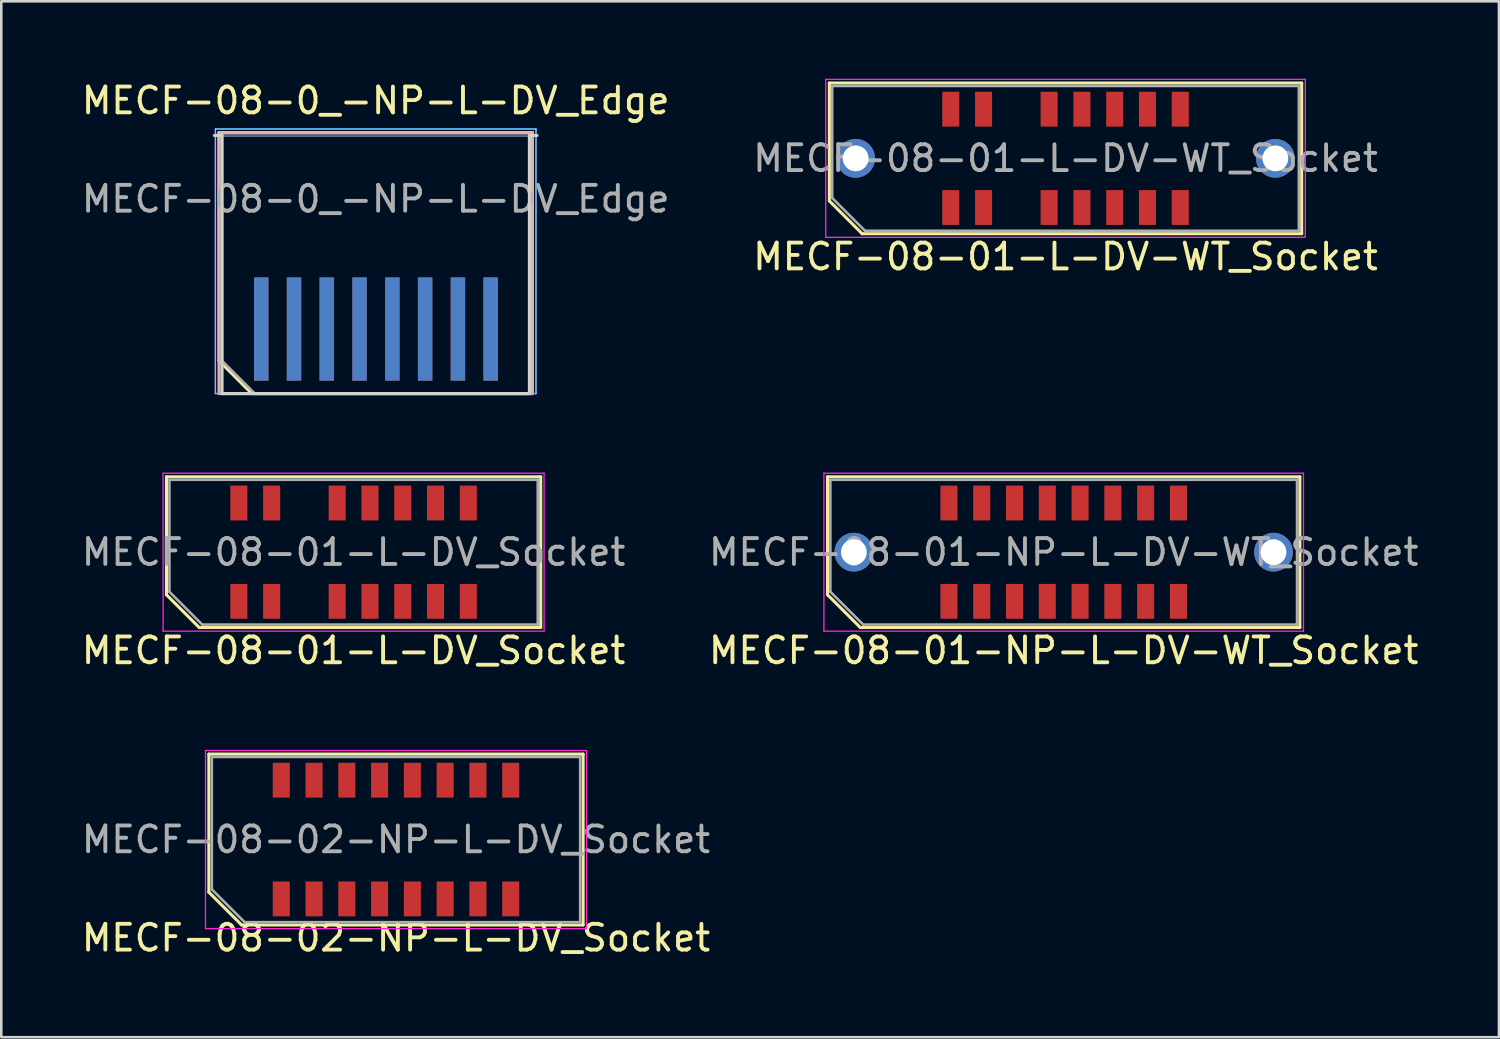
<source format=kicad_pcb>
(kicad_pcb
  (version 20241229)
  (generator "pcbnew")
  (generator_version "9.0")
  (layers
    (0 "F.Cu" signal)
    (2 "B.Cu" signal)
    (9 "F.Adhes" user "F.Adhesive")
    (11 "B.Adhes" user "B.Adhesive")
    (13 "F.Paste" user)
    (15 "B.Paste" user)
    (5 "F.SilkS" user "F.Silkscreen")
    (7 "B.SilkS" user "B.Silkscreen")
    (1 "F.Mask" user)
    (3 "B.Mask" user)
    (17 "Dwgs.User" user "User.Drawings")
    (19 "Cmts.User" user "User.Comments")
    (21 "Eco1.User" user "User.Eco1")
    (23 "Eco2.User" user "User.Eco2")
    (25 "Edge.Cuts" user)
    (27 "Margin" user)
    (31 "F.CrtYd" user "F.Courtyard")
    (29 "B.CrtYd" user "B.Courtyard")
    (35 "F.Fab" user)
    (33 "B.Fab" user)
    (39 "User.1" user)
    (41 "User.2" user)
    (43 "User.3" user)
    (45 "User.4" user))
  (footprint "MECF-08-01-L-DV-WT_Socket"
    (layer "F.Cu")
    (at 38.232 3.085)
    (property "Reference" "MECF-08-01-L-DV-WT_Socket" (at 0 3.81 0) (layer "F.SilkS") (effects (font (size 1 1) (thickness 0.15))))
    (attr smd)
    (fp_line (start -9.15 -2.92) (end 9.15 -2.92) (stroke (width 0.12) (type solid)) (layer "F.SilkS"))
    (fp_line (start -9.15 1.65) (end -9.15 -2.92) (stroke (width 0.12) (type solid)) (layer "F.SilkS"))
    (fp_line (start -7.88 2.92) (end -9.15 1.65) (stroke (width 0.12) (type solid)) (layer "F.SilkS"))
    (fp_line (start -7.88 2.92) (end 9.15 2.92) (stroke (width 0.12) (type solid)) (layer "F.SilkS"))
    (fp_line (start 9.15 2.92) (end 9.15 -2.92) (stroke (width 0.12) (type solid)) (layer "F.SilkS"))
    (fp_line (start -9.29 -3.06) (end -9.29 3.06) (stroke (width 0.05) (type solid)) (layer "F.CrtYd"))
    (fp_line (start -9.29 3.06) (end 9.29 3.06) (stroke (width 0.05) (type solid)) (layer "F.CrtYd"))
    (fp_line (start 9.29 -3.06) (end -9.29 -3.06) (stroke (width 0.05) (type solid)) (layer "F.CrtYd"))
    (fp_line (start 9.29 3.06) (end 9.29 -3.06) (stroke (width 0.05) (type solid)) (layer "F.CrtYd"))
    (fp_line (start -9.04 -2.805) (end 9.04 -2.805) (stroke (width 0.1) (type solid)) (layer "F.Fab"))
    (fp_line (start -9.04 1.535) (end -9.04 -2.805) (stroke (width 0.1) (type solid)) (layer "F.Fab"))
    (fp_line (start -9.04 1.535) (end -7.77 2.805) (stroke (width 0.1) (type solid)) (layer "F.Fab"))
    (fp_line (start -7.77 2.805) (end 9.04 2.805) (stroke (width 0.1) (type solid)) (layer "F.Fab"))
    (fp_line (start 9.04 2.805) (end 9.04 -2.805) (stroke (width 0.1) (type solid)) (layer "F.Fab"))
    (fp_text user "${REFERENCE}" (at 0 0 0) (layer "F.Fab") (effects (font (size 1 1) (thickness 0.15))))
    (pad "" thru_hole circle (at -8.13 0) (size 1.5 1.5) (drill 1) (layers "*.Cu" "*.Mask"))
    (pad "" np_thru_hole circle (at -6.225 0) (size 0.001 0.001) (drill 1.45) (layers "*.Cu" "*.Mask"))
    (pad "" np_thru_hole circle (at 6.225 1) (size 0.001 0.001) (drill 1.45) (layers "*.Cu" "*.Mask"))
    (pad "" thru_hole circle (at 8.13 0) (size 1.5 1.5) (drill 1) (layers "*.Cu" "*.Mask"))
    (pad "1" smd rect (at -4.445 1.905) (size 0.66 1.35) (layers "F.Cu" "F.Mask" "F.Paste"))
    (pad "2" smd rect (at -4.445 -1.905) (size 0.66 1.35) (layers "F.Cu" "F.Mask" "F.Paste"))
    (pad "3" smd rect (at -3.175 1.905) (size 0.66 1.35) (layers "F.Cu" "F.Mask" "F.Paste"))
    (pad "4" smd rect (at -3.175 -1.905) (size 0.66 1.35) (layers "F.Cu" "F.Mask" "F.Paste"))
    (pad "7" smd rect (at -0.635 1.905) (size 0.66 1.35) (layers "F.Cu" "F.Mask" "F.Paste"))
    (pad "8" smd rect (at -0.635 -1.905) (size 0.66 1.35) (layers "F.Cu" "F.Mask" "F.Paste"))
    (pad "9" smd rect (at 0.635 1.905) (size 0.66 1.35) (layers "F.Cu" "F.Mask" "F.Paste"))
    (pad "10" smd rect (at 0.635 -1.905) (size 0.66 1.35) (layers "F.Cu" "F.Mask" "F.Paste"))
    (pad "11" smd rect (at 1.905 1.905) (size 0.66 1.35) (layers "F.Cu" "F.Mask" "F.Paste"))
    (pad "12" smd rect (at 1.905 -1.905) (size 0.66 1.35) (layers "F.Cu" "F.Mask" "F.Paste"))
    (pad "13" smd rect (at 3.175 1.905) (size 0.66 1.35) (layers "F.Cu" "F.Mask" "F.Paste"))
    (pad "14" smd rect (at 3.175 -1.905) (size 0.66 1.35) (layers "F.Cu" "F.Mask" "F.Paste"))
    (pad "15" smd rect (at 4.445 1.905) (size 0.66 1.35) (layers "F.Cu" "F.Mask" "F.Paste"))
    (pad "16" smd rect (at 4.445 -1.905) (size 0.66 1.35) (layers "F.Cu" "F.Mask" "F.Paste")))
  (footprint "MECF-08-02-NP-L-DV_Socket"
    (layer "F.Cu")
    (at 12.292 29.477)
    (property "Reference" "MECF-08-02-NP-L-DV_Socket" (at 0 3.81 0) (layer "F.SilkS") (effects (font (size 1 1) (thickness 0.15))))
    (attr smd)
    (fp_line (start -7.25 -3.31) (end 7.25 -3.31) (stroke (width 0.12) (type solid)) (layer "F.SilkS"))
    (fp_line (start -7.25 2.04) (end -7.25 -3.31) (stroke (width 0.12) (type solid)) (layer "F.SilkS"))
    (fp_line (start -5.98 3.31) (end -7.25 2.04) (stroke (width 0.12) (type solid)) (layer "F.SilkS"))
    (fp_line (start -5.98 3.31) (end 7.25 3.31) (stroke (width 0.12) (type solid)) (layer "F.SilkS"))
    (fp_line (start 7.25 3.31) (end 7.25 -3.31) (stroke (width 0.12) (type solid)) (layer "F.SilkS"))
    (fp_line (start -7.38 -3.45) (end -7.38 3.45) (stroke (width 0.05) (type solid)) (layer "F.CrtYd"))
    (fp_line (start -7.38 3.45) (end 7.38 3.45) (stroke (width 0.05) (type solid)) (layer "F.CrtYd"))
    (fp_line (start 7.38 -3.45) (end -7.38 -3.45) (stroke (width 0.05) (type solid)) (layer "F.CrtYd"))
    (fp_line (start 7.38 3.45) (end 7.38 -3.45) (stroke (width 0.05) (type solid)) (layer "F.CrtYd"))
    (fp_line (start -7.135 -3.2) (end 7.135 -3.2) (stroke (width 0.1) (type solid)) (layer "F.Fab"))
    (fp_line (start -7.135 1.93) (end -7.135 -3.2) (stroke (width 0.1) (type solid)) (layer "F.Fab"))
    (fp_line (start -7.135 1.93) (end -5.865 3.2) (stroke (width 0.1) (type solid)) (layer "F.Fab"))
    (fp_line (start -5.865 3.2) (end 7.135 3.2) (stroke (width 0.1) (type solid)) (layer "F.Fab"))
    (fp_line (start 7.135 3.2) (end 7.135 -3.2) (stroke (width 0.1) (type solid)) (layer "F.Fab"))
    (fp_text user "${REFERENCE}" (at 0 0 0) (layer "F.Fab") (effects (font (size 1 1) (thickness 0.15))))
    (pad "" np_thru_hole circle (at -6.225 0) (size 0.001 0.001) (drill 1.45) (layers "*.Cu" "*.Mask"))
    (pad "" np_thru_hole circle (at 6.225 1) (size 0.001 0.001) (drill 1.45) (layers "*.Cu" "*.Mask"))
    (pad "1" smd rect (at -4.445 2.3) (size 0.66 1.35) (layers "F.Cu" "F.Mask" "F.Paste"))
    (pad "2" smd rect (at -4.445 -2.3) (size 0.66 1.35) (layers "F.Cu" "F.Mask" "F.Paste"))
    (pad "3" smd rect (at -3.175 2.3) (size 0.66 1.35) (layers "F.Cu" "F.Mask" "F.Paste"))
    (pad "4" smd rect (at -3.175 -2.3) (size 0.66 1.35) (layers "F.Cu" "F.Mask" "F.Paste"))
    (pad "5" smd rect (at -1.905 2.3) (size 0.66 1.35) (layers "F.Cu" "F.Mask" "F.Paste"))
    (pad "6" smd rect (at -1.905 -2.3) (size 0.66 1.35) (layers "F.Cu" "F.Mask" "F.Paste"))
    (pad "7" smd rect (at -0.635 2.3) (size 0.66 1.35) (layers "F.Cu" "F.Mask" "F.Paste"))
    (pad "8" smd rect (at -0.635 -2.3) (size 0.66 1.35) (layers "F.Cu" "F.Mask" "F.Paste"))
    (pad "9" smd rect (at 0.635 2.3) (size 0.66 1.35) (layers "F.Cu" "F.Mask" "F.Paste"))
    (pad "10" smd rect (at 0.635 -2.3) (size 0.66 1.35) (layers "F.Cu" "F.Mask" "F.Paste"))
    (pad "11" smd rect (at 1.905 2.3) (size 0.66 1.35) (layers "F.Cu" "F.Mask" "F.Paste"))
    (pad "12" smd rect (at 1.905 -2.3) (size 0.66 1.35) (layers "F.Cu" "F.Mask" "F.Paste"))
    (pad "13" smd rect (at 3.175 2.3) (size 0.66 1.35) (layers "F.Cu" "F.Mask" "F.Paste"))
    (pad "14" smd rect (at 3.175 -2.3) (size 0.66 1.35) (layers "F.Cu" "F.Mask" "F.Paste"))
    (pad "15" smd rect (at 4.445 2.3) (size 0.66 1.35) (layers "F.Cu" "F.Mask" "F.Paste"))
    (pad "16" smd rect (at 4.445 -2.3) (size 0.66 1.35) (layers "F.Cu" "F.Mask" "F.Paste")))
  (footprint "MECF-08-01-NP-L-DV-WT_Socket"
    (layer "F.Cu")
    (at 38.161 18.343)
    (property "Reference" "MECF-08-01-NP-L-DV-WT_Socket" (at 0 3.81 0) (layer "F.SilkS") (effects (font (size 1 1) (thickness 0.15))))
    (attr smd)
    (fp_line (start -9.15 -2.92) (end 9.15 -2.92) (stroke (width 0.12) (type solid)) (layer "F.SilkS"))
    (fp_line (start -9.15 1.65) (end -9.15 -2.92) (stroke (width 0.12) (type solid)) (layer "F.SilkS"))
    (fp_line (start -7.88 2.92) (end -9.15 1.65) (stroke (width 0.12) (type solid)) (layer "F.SilkS"))
    (fp_line (start -7.88 2.92) (end 9.15 2.92) (stroke (width 0.12) (type solid)) (layer "F.SilkS"))
    (fp_line (start 9.15 2.92) (end 9.15 -2.92) (stroke (width 0.12) (type solid)) (layer "F.SilkS"))
    (fp_line (start -9.29 -3.06) (end -9.29 3.06) (stroke (width 0.05) (type solid)) (layer "F.CrtYd"))
    (fp_line (start -9.29 3.06) (end 9.29 3.06) (stroke (width 0.05) (type solid)) (layer "F.CrtYd"))
    (fp_line (start 9.29 -3.06) (end -9.29 -3.06) (stroke (width 0.05) (type solid)) (layer "F.CrtYd"))
    (fp_line (start 9.29 3.06) (end 9.29 -3.06) (stroke (width 0.05) (type solid)) (layer "F.CrtYd"))
    (fp_line (start -9.04 -2.805) (end 9.04 -2.805) (stroke (width 0.1) (type solid)) (layer "F.Fab"))
    (fp_line (start -9.04 1.535) (end -9.04 -2.805) (stroke (width 0.1) (type solid)) (layer "F.Fab"))
    (fp_line (start -9.04 1.535) (end -7.77 2.805) (stroke (width 0.1) (type solid)) (layer "F.Fab"))
    (fp_line (start -7.77 2.805) (end 9.04 2.805) (stroke (width 0.1) (type solid)) (layer "F.Fab"))
    (fp_line (start 9.04 2.805) (end 9.04 -2.805) (stroke (width 0.1) (type solid)) (layer "F.Fab"))
    (fp_text user "${REFERENCE}" (at 0 0 0) (layer "F.Fab") (effects (font (size 1 1) (thickness 0.15))))
    (pad "" thru_hole circle (at -8.13 0) (size 1.5 1.5) (drill 1) (layers "*.Cu" "*.Mask"))
    (pad "" np_thru_hole circle (at -6.225 0) (size 0.001 0.001) (drill 1.45) (layers "*.Cu" "*.Mask"))
    (pad "" np_thru_hole circle (at 6.225 1) (size 0.001 0.001) (drill 1.45) (layers "*.Cu" "*.Mask"))
    (pad "" thru_hole circle (at 8.13 0) (size 1.5 1.5) (drill 1) (layers "*.Cu" "*.Mask"))
    (pad "1" smd rect (at -4.445 1.905) (size 0.66 1.35) (layers "F.Cu" "F.Mask" "F.Paste"))
    (pad "2" smd rect (at -4.445 -1.905) (size 0.66 1.35) (layers "F.Cu" "F.Mask" "F.Paste"))
    (pad "3" smd rect (at -3.175 1.905) (size 0.66 1.35) (layers "F.Cu" "F.Mask" "F.Paste"))
    (pad "4" smd rect (at -3.175 -1.905) (size 0.66 1.35) (layers "F.Cu" "F.Mask" "F.Paste"))
    (pad "5" smd rect (at -1.905 1.905) (size 0.66 1.35) (layers "F.Cu" "F.Mask" "F.Paste"))
    (pad "6" smd rect (at -1.905 -1.905) (size 0.66 1.35) (layers "F.Cu" "F.Mask" "F.Paste"))
    (pad "7" smd rect (at -0.635 1.905) (size 0.66 1.35) (layers "F.Cu" "F.Mask" "F.Paste"))
    (pad "8" smd rect (at -0.635 -1.905) (size 0.66 1.35) (layers "F.Cu" "F.Mask" "F.Paste"))
    (pad "9" smd rect (at 0.635 1.905) (size 0.66 1.35) (layers "F.Cu" "F.Mask" "F.Paste"))
    (pad "10" smd rect (at 0.635 -1.905) (size 0.66 1.35) (layers "F.Cu" "F.Mask" "F.Paste"))
    (pad "11" smd rect (at 1.905 1.905) (size 0.66 1.35) (layers "F.Cu" "F.Mask" "F.Paste"))
    (pad "12" smd rect (at 1.905 -1.905) (size 0.66 1.35) (layers "F.Cu" "F.Mask" "F.Paste"))
    (pad "13" smd rect (at 3.175 1.905) (size 0.66 1.35) (layers "F.Cu" "F.Mask" "F.Paste"))
    (pad "14" smd rect (at 3.175 -1.905) (size 0.66 1.35) (layers "F.Cu" "F.Mask" "F.Paste"))
    (pad "15" smd rect (at 4.445 1.905) (size 0.66 1.35) (layers "F.Cu" "F.Mask" "F.Paste"))
    (pad "16" smd rect (at 4.445 -1.905) (size 0.66 1.35) (layers "F.Cu" "F.Mask" "F.Paste")))
  (footprint "MECF-08-0_-NP-L-DV_Edge"
    (layer "F.Cu")
    (at 11.506 7.198)
    (property "Reference" "MECF-08-0_-NP-L-DV_Edge" (at 0 -6.35 0) (layer "F.SilkS") (effects (font (size 1 1) (thickness 0.15))))
    (attr exclude_from_pos_files exclude_from_bom)
    (fp_line (start -6.07 -5.11) (end 6.07 -5.11) (stroke (width 0.12) (type solid)) (layer "F.SilkS"))
    (fp_line (start -6.07 3.73) (end -6.07 -5.11) (stroke (width 0.12) (type solid)) (layer "F.SilkS"))
    (fp_line (start -4.8 5) (end -6.07 3.73) (stroke (width 0.12) (type solid)) (layer "F.SilkS"))
    (fp_line (start -4.8 5) (end 6.07 5) (stroke (width 0.12) (type solid)) (layer "F.SilkS"))
    (fp_line (start 6.07 5) (end 6.07 -5.11) (stroke (width 0.12) (type solid)) (layer "F.SilkS"))
    (fp_line (start -6.07 -5.11) (end 6.07 -5.11) (stroke (width 0.12) (type solid)) (layer "B.SilkS"))
    (fp_line (start -6.07 5) (end -6.07 -5.11) (stroke (width 0.12) (type solid)) (layer "B.SilkS"))
    (fp_line (start -6.07 5) (end 6.07 5) (stroke (width 0.12) (type solid)) (layer "B.SilkS"))
    (fp_line (start 6.07 5) (end 6.07 -5.11) (stroke (width 0.12) (type solid)) (layer "B.SilkS"))
    (fp_line (start -6.25 -5) (end -5.955 -5) (stroke (width 0.12) (type solid)) (layer "Edge.Cuts"))
    (fp_line (start -5.955 5) (end -5.955 -5) (stroke (width 0.12) (type solid)) (layer "Edge.Cuts"))
    (fp_line (start -5.955 5) (end 5.955 5) (stroke (width 0.12) (type solid)) (layer "Edge.Cuts"))
    (fp_line (start 5.955 5) (end 5.955 -5) (stroke (width 0.12) (type solid)) (layer "Edge.Cuts"))
    (fp_line (start 6.25 -5) (end 5.955 -5) (stroke (width 0.12) (type solid)) (layer "Edge.Cuts"))
    (fp_line (start -6.21 -5.25) (end -6.21 5) (stroke (width 0.05) (type solid)) (layer "B.CrtYd"))
    (fp_line (start -6.21 5) (end 6.21 5) (stroke (width 0.05) (type solid)) (layer "B.CrtYd"))
    (fp_line (start 6.21 -5.25) (end -6.21 -5.25) (stroke (width 0.05) (type solid)) (layer "B.CrtYd"))
    (fp_line (start 6.21 5) (end 6.21 -5.25) (stroke (width 0.05) (type solid)) (layer "B.CrtYd"))
    (fp_line (start -6.21 -5.25) (end -6.21 5) (stroke (width 0.05) (type solid)) (layer "F.CrtYd"))
    (fp_line (start -6.21 5) (end 6.21 5) (stroke (width 0.05) (type solid)) (layer "F.CrtYd"))
    (fp_line (start 6.21 -5.25) (end -6.21 -5.25) (stroke (width 0.05) (type solid)) (layer "F.CrtYd"))
    (fp_line (start 6.21 5) (end 6.21 -5.25) (stroke (width 0.05) (type solid)) (layer "F.CrtYd"))
    (fp_line (start -5.955 -5) (end 5.955 -5) (stroke (width 0.1) (type solid)) (layer "B.Fab"))
    (fp_line (start -5.955 5) (end -5.955 -5) (stroke (width 0.1) (type solid)) (layer "B.Fab"))
    (fp_line (start -5.955 5) (end 5.955 5) (stroke (width 0.1) (type solid)) (layer "B.Fab"))
    (fp_line (start 5.955 5) (end 5.955 -5) (stroke (width 0.1) (type solid)) (layer "B.Fab"))
    (fp_line (start -5.955 -5) (end 5.955 -5) (stroke (width 0.1) (type solid)) (layer "F.Fab"))
    (fp_line (start -5.955 3.73) (end -5.955 -5) (stroke (width 0.1) (type solid)) (layer "F.Fab"))
    (fp_line (start -5.955 3.73) (end -4.685 5) (stroke (width 0.1) (type solid)) (layer "F.Fab"))
    (fp_line (start -4.685 5) (end 5.955 5) (stroke (width 0.1) (type solid)) (layer "F.Fab"))
    (fp_line (start 5.955 5) (end 5.955 -5) (stroke (width 0.1) (type solid)) (layer "F.Fab"))
    (fp_text user "${REFERENCE}" (at 0 -2.54 0) (layer "F.Fab") (effects (font (size 1 1) (thickness 0.15))))
    (pad "1" smd rect (at -4.435 2.5) (size 0.56 4) (layers "F.Cu" "F.Mask" "F.Paste"))
    (pad "2" smd rect (at -4.435 2.5) (size 0.56 4) (layers "B.Cu" "B.Mask" "B.Paste"))
    (pad "3" smd rect (at -3.165 2.5) (size 0.56 4) (layers "F.Cu" "F.Mask" "F.Paste"))
    (pad "4" smd rect (at -3.165 2.5) (size 0.56 4) (layers "B.Cu" "B.Mask" "B.Paste"))
    (pad "5" smd rect (at -1.895 2.5) (size 0.56 4) (layers "F.Cu" "F.Mask" "F.Paste"))
    (pad "6" smd rect (at -1.895 2.5) (size 0.56 4) (layers "B.Cu" "B.Mask" "B.Paste"))
    (pad "7" smd rect (at -0.625 2.5) (size 0.56 4) (layers "F.Cu" "F.Mask" "F.Paste"))
    (pad "8" smd rect (at -0.625 2.5) (size 0.56 4) (layers "B.Cu" "B.Mask" "B.Paste"))
    (pad "9" smd rect (at 0.645 2.5) (size 0.56 4) (layers "F.Cu" "F.Mask" "F.Paste"))
    (pad "10" smd rect (at 0.645 2.5) (size 0.56 4) (layers "B.Cu" "B.Mask" "B.Paste"))
    (pad "11" smd rect (at 1.915 2.5) (size 0.56 4) (layers "F.Cu" "F.Mask" "F.Paste"))
    (pad "12" smd rect (at 1.915 2.5) (size 0.56 4) (layers "B.Cu" "B.Mask" "B.Paste"))
    (pad "13" smd rect (at 3.185 2.5) (size 0.56 4) (layers "F.Cu" "F.Mask" "F.Paste"))
    (pad "14" smd rect (at 3.185 2.5) (size 0.56 4) (layers "B.Cu" "B.Mask" "B.Paste"))
    (pad "15" smd rect (at 4.455 2.5) (size 0.56 4) (layers "F.Cu" "F.Mask" "F.Paste"))
    (pad "16" smd rect (at 4.455 2.5) (size 0.56 4) (layers "B.Cu" "B.Mask" "B.Paste")))
  (footprint "MECF-08-01-L-DV_Socket"
    (layer "F.Cu")
    (at 10.649 18.343)
    (property "Reference" "MECF-08-01-L-DV_Socket" (at 0 3.81 0) (layer "F.SilkS") (effects (font (size 1 1) (thickness 0.15))))
    (attr smd)
    (fp_line (start -7.25 -2.92) (end 7.25 -2.92) (stroke (width 0.12) (type solid)) (layer "F.SilkS"))
    (fp_line (start -7.25 1.65) (end -7.25 -2.92) (stroke (width 0.12) (type solid)) (layer "F.SilkS"))
    (fp_line (start -5.98 2.92) (end -7.25 1.65) (stroke (width 0.12) (type solid)) (layer "F.SilkS"))
    (fp_line (start -5.98 2.92) (end 7.25 2.92) (stroke (width 0.12) (type solid)) (layer "F.SilkS"))
    (fp_line (start 7.25 2.92) (end 7.25 -2.92) (stroke (width 0.12) (type solid)) (layer "F.SilkS"))
    (fp_line (start -7.38 -3.06) (end -7.38 3.06) (stroke (width 0.05) (type solid)) (layer "F.CrtYd"))
    (fp_line (start -7.38 3.06) (end 7.38 3.06) (stroke (width 0.05) (type solid)) (layer "F.CrtYd"))
    (fp_line (start 7.38 -3.06) (end -7.38 -3.06) (stroke (width 0.05) (type solid)) (layer "F.CrtYd"))
    (fp_line (start 7.38 3.06) (end 7.38 -3.06) (stroke (width 0.05) (type solid)) (layer "F.CrtYd"))
    (fp_line (start -7.135 -2.805) (end 7.135 -2.805) (stroke (width 0.1) (type solid)) (layer "F.Fab"))
    (fp_line (start -7.135 1.535) (end -7.135 -2.805) (stroke (width 0.1) (type solid)) (layer "F.Fab"))
    (fp_line (start -7.135 1.535) (end -5.865 2.805) (stroke (width 0.1) (type solid)) (layer "F.Fab"))
    (fp_line (start -5.865 2.805) (end 7.135 2.805) (stroke (width 0.1) (type solid)) (layer "F.Fab"))
    (fp_line (start 7.135 2.805) (end 7.135 -2.805) (stroke (width 0.1) (type solid)) (layer "F.Fab"))
    (fp_text user "${REFERENCE}" (at 0 0 0) (layer "F.Fab") (effects (font (size 1 1) (thickness 0.15))))
    (pad "" np_thru_hole circle (at -6.225 0) (size 0.001 0.001) (drill 1.45) (layers "*.Cu" "*.Mask"))
    (pad "" np_thru_hole circle (at 6.225 1) (size 0.001 0.001) (drill 1.45) (layers "*.Cu" "*.Mask"))
    (pad "1" smd rect (at -4.445 1.905) (size 0.66 1.35) (layers "F.Cu" "F.Mask" "F.Paste"))
    (pad "2" smd rect (at -4.445 -1.905) (size 0.66 1.35) (layers "F.Cu" "F.Mask" "F.Paste"))
    (pad "3" smd rect (at -3.175 1.905) (size 0.66 1.35) (layers "F.Cu" "F.Mask" "F.Paste"))
    (pad "4" smd rect (at -3.175 -1.905) (size 0.66 1.35) (layers "F.Cu" "F.Mask" "F.Paste"))
    (pad "7" smd rect (at -0.635 1.905) (size 0.66 1.35) (layers "F.Cu" "F.Mask" "F.Paste"))
    (pad "8" smd rect (at -0.635 -1.905) (size 0.66 1.35) (layers "F.Cu" "F.Mask" "F.Paste"))
    (pad "9" smd rect (at 0.635 1.905) (size 0.66 1.35) (layers "F.Cu" "F.Mask" "F.Paste"))
    (pad "10" smd rect (at 0.635 -1.905) (size 0.66 1.35) (layers "F.Cu" "F.Mask" "F.Paste"))
    (pad "11" smd rect (at 1.905 1.905) (size 0.66 1.35) (layers "F.Cu" "F.Mask" "F.Paste"))
    (pad "12" smd rect (at 1.905 -1.905) (size 0.66 1.35) (layers "F.Cu" "F.Mask" "F.Paste"))
    (pad "13" smd rect (at 3.175 1.905) (size 0.66 1.35) (layers "F.Cu" "F.Mask" "F.Paste"))
    (pad "14" smd rect (at 3.175 -1.905) (size 0.66 1.35) (layers "F.Cu" "F.Mask" "F.Paste"))
    (pad "15" smd rect (at 4.445 1.905) (size 0.66 1.35) (layers "F.Cu" "F.Mask" "F.Paste"))
    (pad "16" smd rect (at 4.445 -1.905) (size 0.66 1.35) (layers "F.Cu" "F.Mask" "F.Paste")))
  (gr_rect
    (start -3 -3)
    (end 55.024 37.135)
    (stroke (width 0.1) (type default))
    (fill no)
    (layer "Edge.Cuts")))
</source>
